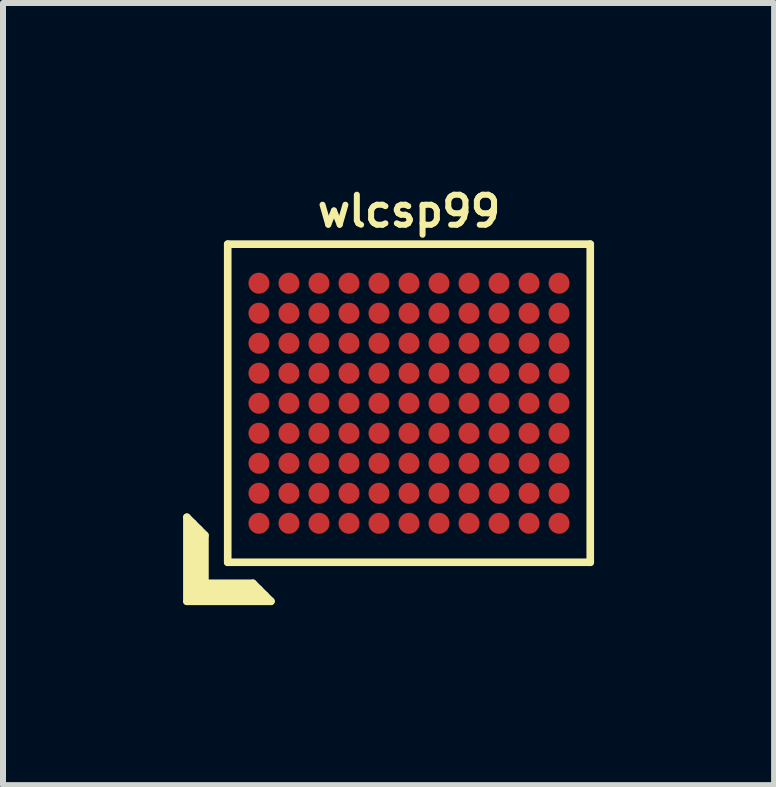
<source format=kicad_pcb>
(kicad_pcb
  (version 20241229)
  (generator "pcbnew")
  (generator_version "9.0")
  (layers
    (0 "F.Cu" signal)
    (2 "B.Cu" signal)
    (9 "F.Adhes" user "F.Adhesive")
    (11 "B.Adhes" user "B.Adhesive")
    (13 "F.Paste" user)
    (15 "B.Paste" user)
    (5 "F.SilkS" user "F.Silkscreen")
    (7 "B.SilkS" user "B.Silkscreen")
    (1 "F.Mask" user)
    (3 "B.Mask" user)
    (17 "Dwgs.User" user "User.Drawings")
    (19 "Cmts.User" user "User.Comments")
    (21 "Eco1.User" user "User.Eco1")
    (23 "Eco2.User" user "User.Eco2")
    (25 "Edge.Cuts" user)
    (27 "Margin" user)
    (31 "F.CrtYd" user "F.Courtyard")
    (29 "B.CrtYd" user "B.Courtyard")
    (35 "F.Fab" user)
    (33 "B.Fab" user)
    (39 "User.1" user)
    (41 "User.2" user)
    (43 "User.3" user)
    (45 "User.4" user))
  (footprint "wlcsp99"
    (layer "F.Cu")
    (at 3.764 3.668)
    (property "Reference" "wlcsp99" (at 0 -3.2 0) (layer "F.SilkS") (effects (font (size 0.5 0.5) (thickness 0.1))))
    (attr smd)
    (fp_line (start -3.7 1.9) (end -3.4 2.2) (stroke (width 0.127) (type solid)) (layer "F.SilkS"))
    (fp_line (start -3.7 3.3) (end -3.7 1.9) (stroke (width 0.127) (type solid)) (layer "F.SilkS"))
    (fp_line (start -3.6 3.2) (end -3.6 2) (stroke (width 0.127) (type solid)) (layer "F.SilkS"))
    (fp_line (start -3.5 2.1) (end -3.5 3.1) (stroke (width 0.127) (type solid)) (layer "F.SilkS"))
    (fp_line (start -3.5 3.1) (end -2.5 3.1) (stroke (width 0.127) (type solid)) (layer "F.SilkS"))
    (fp_line (start -3.4 2.2) (end -3.4 3) (stroke (width 0.127) (type solid)) (layer "F.SilkS"))
    (fp_line (start -3.4 3) (end -2.6 3) (stroke (width 0.127) (type solid)) (layer "F.SilkS"))
    (fp_line (start -3.02 -2.65) (end 3.02 -2.65) (stroke (width 0.127) (type solid)) (layer "F.SilkS"))
    (fp_line (start -3.02 2.65) (end -3.02 -2.65) (stroke (width 0.127) (type solid)) (layer "F.SilkS"))
    (fp_line (start -2.6 3) (end -2.3 3.3) (stroke (width 0.127) (type solid)) (layer "F.SilkS"))
    (fp_line (start -2.4 3.2) (end -3.6 3.2) (stroke (width 0.127) (type solid)) (layer "F.SilkS"))
    (fp_line (start -2.3 3.3) (end -3.7 3.3) (stroke (width 0.127) (type solid)) (layer "F.SilkS"))
    (fp_line (start 3.02 -2.65) (end 3.02 2.65) (stroke (width 0.127) (type solid)) (layer "F.SilkS"))
    (fp_line (start 3.02 2.65) (end -3.02 2.65) (stroke (width 0.127) (type solid)) (layer "F.SilkS"))
    (pad "A1" smd circle (at -2.5 2) (size 0.35 0.35) (layers "F.Cu" "F.Mask" "F.Paste"))
    (pad "A2" smd circle (at -2.5 1.5) (size 0.35 0.35) (layers "F.Cu" "F.Mask" "F.Paste"))
    (pad "A3" smd circle (at -2.5 1) (size 0.35 0.35) (layers "F.Cu" "F.Mask" "F.Paste"))
    (pad "A4" smd circle (at -2.5 0.5) (size 0.35 0.35) (layers "F.Cu" "F.Mask" "F.Paste"))
    (pad "A5" smd circle (at -2.5 0) (size 0.35 0.35) (layers "F.Cu" "F.Mask" "F.Paste"))
    (pad "A6" smd circle (at -2.5 -0.5) (size 0.35 0.35) (layers "F.Cu" "F.Mask" "F.Paste"))
    (pad "A7" smd circle (at -2.5 -1) (size 0.35 0.35) (layers "F.Cu" "F.Mask" "F.Paste"))
    (pad "A8" smd circle (at -2.5 -1.5) (size 0.35 0.35) (layers "F.Cu" "F.Mask" "F.Paste"))
    (pad "A9" smd circle (at -2.5 -2) (size 0.35 0.35) (layers "F.Cu" "F.Mask" "F.Paste"))
    (pad "B1" smd circle (at -2 2) (size 0.35 0.35) (layers "F.Cu" "F.Mask" "F.Paste"))
    (pad "B2" smd circle (at -2 1.5) (size 0.35 0.35) (layers "F.Cu" "F.Mask" "F.Paste"))
    (pad "B3" smd circle (at -2 1) (size 0.35 0.35) (layers "F.Cu" "F.Mask" "F.Paste"))
    (pad "B4" smd circle (at -2 0.5) (size 0.35 0.35) (layers "F.Cu" "F.Mask" "F.Paste"))
    (pad "B5" smd circle (at -2 0) (size 0.35 0.35) (layers "F.Cu" "F.Mask" "F.Paste"))
    (pad "B6" smd circle (at -2 -0.5) (size 0.35 0.35) (layers "F.Cu" "F.Mask" "F.Paste"))
    (pad "B7" smd circle (at -2 -1) (size 0.35 0.35) (layers "F.Cu" "F.Mask" "F.Paste"))
    (pad "B8" smd circle (at -2 -1.5) (size 0.35 0.35) (layers "F.Cu" "F.Mask" "F.Paste"))
    (pad "B9" smd circle (at -2 -2) (size 0.35 0.35) (layers "F.Cu" "F.Mask" "F.Paste"))
    (pad "C1" smd circle (at -1.5 2) (size 0.35 0.35) (layers "F.Cu" "F.Mask" "F.Paste"))
    (pad "C2" smd circle (at -1.5 1.5) (size 0.35 0.35) (layers "F.Cu" "F.Mask" "F.Paste"))
    (pad "C3" smd circle (at -1.5 1) (size 0.35 0.35) (layers "F.Cu" "F.Mask" "F.Paste"))
    (pad "C4" smd circle (at -1.5 0.5) (size 0.35 0.35) (layers "F.Cu" "F.Mask" "F.Paste"))
    (pad "C5" smd circle (at -1.5 0) (size 0.35 0.35) (layers "F.Cu" "F.Mask" "F.Paste"))
    (pad "C6" smd circle (at -1.5 -0.5) (size 0.35 0.35) (layers "F.Cu" "F.Mask" "F.Paste"))
    (pad "C7" smd circle (at -1.5 -1) (size 0.35 0.35) (layers "F.Cu" "F.Mask" "F.Paste"))
    (pad "C8" smd circle (at -1.5 -1.5) (size 0.35 0.35) (layers "F.Cu" "F.Mask" "F.Paste"))
    (pad "C9" smd circle (at -1.5 -2) (size 0.35 0.35) (layers "F.Cu" "F.Mask" "F.Paste"))
    (pad "D1" smd circle (at -1 2) (size 0.35 0.35) (layers "F.Cu" "F.Mask" "F.Paste"))
    (pad "D2" smd circle (at -1 1.5) (size 0.35 0.35) (layers "F.Cu" "F.Mask" "F.Paste"))
    (pad "D3" smd circle (at -1 1) (size 0.35 0.35) (layers "F.Cu" "F.Mask" "F.Paste"))
    (pad "D4" smd circle (at -1 0.5) (size 0.35 0.35) (layers "F.Cu" "F.Mask" "F.Paste"))
    (pad "D5" smd circle (at -1 0) (size 0.35 0.35) (layers "F.Cu" "F.Mask" "F.Paste"))
    (pad "D6" smd circle (at -1 -0.5) (size 0.35 0.35) (layers "F.Cu" "F.Mask" "F.Paste"))
    (pad "D7" smd circle (at -1 -1) (size 0.35 0.35) (layers "F.Cu" "F.Mask" "F.Paste"))
    (pad "D8" smd circle (at -1 -1.5) (size 0.35 0.35) (layers "F.Cu" "F.Mask" "F.Paste"))
    (pad "D9" smd circle (at -1 -2) (size 0.35 0.35) (layers "F.Cu" "F.Mask" "F.Paste"))
    (pad "E1" smd circle (at -0.5 2) (size 0.35 0.35) (layers "F.Cu" "F.Mask" "F.Paste"))
    (pad "E2" smd circle (at -0.5 1.5) (size 0.35 0.35) (layers "F.Cu" "F.Mask" "F.Paste"))
    (pad "E3" smd circle (at -0.5 1) (size 0.35 0.35) (layers "F.Cu" "F.Mask" "F.Paste"))
    (pad "E4" smd circle (at -0.5 0.5) (size 0.35 0.35) (layers "F.Cu" "F.Mask" "F.Paste"))
    (pad "E5" smd circle (at -0.5 0) (size 0.35 0.35) (layers "F.Cu" "F.Mask" "F.Paste"))
    (pad "E6" smd circle (at -0.5 -0.5) (size 0.35 0.35) (layers "F.Cu" "F.Mask" "F.Paste"))
    (pad "E7" smd circle (at -0.5 -1) (size 0.35 0.35) (layers "F.Cu" "F.Mask" "F.Paste"))
    (pad "E8" smd circle (at -0.5 -1.5) (size 0.35 0.35) (layers "F.Cu" "F.Mask" "F.Paste"))
    (pad "E9" smd circle (at -0.5 -2) (size 0.35 0.35) (layers "F.Cu" "F.Mask" "F.Paste"))
    (pad "F1" smd circle (at 0 2) (size 0.35 0.35) (layers "F.Cu" "F.Mask" "F.Paste"))
    (pad "F2" smd circle (at 0 1.5) (size 0.35 0.35) (layers "F.Cu" "F.Mask" "F.Paste"))
    (pad "F3" smd circle (at 0 1) (size 0.35 0.35) (layers "F.Cu" "F.Mask" "F.Paste"))
    (pad "F4" smd circle (at 0 0.5) (size 0.35 0.35) (layers "F.Cu" "F.Mask" "F.Paste"))
    (pad "F5" smd circle (at 0 0) (size 0.35 0.35) (layers "F.Cu" "F.Mask" "F.Paste"))
    (pad "F6" smd circle (at 0 -0.5) (size 0.35 0.35) (layers "F.Cu" "F.Mask" "F.Paste"))
    (pad "F7" smd circle (at 0 -1) (size 0.35 0.35) (layers "F.Cu" "F.Mask" "F.Paste"))
    (pad "F8" smd circle (at 0 -1.5) (size 0.35 0.35) (layers "F.Cu" "F.Mask" "F.Paste"))
    (pad "F9" smd circle (at 0 -2) (size 0.35 0.35) (layers "F.Cu" "F.Mask" "F.Paste"))
    (pad "G1" smd circle (at 0.5 2) (size 0.35 0.35) (layers "F.Cu" "F.Mask" "F.Paste"))
    (pad "G2" smd circle (at 0.5 1.5) (size 0.35 0.35) (layers "F.Cu" "F.Mask" "F.Paste"))
    (pad "G3" smd circle (at 0.5 1) (size 0.35 0.35) (layers "F.Cu" "F.Mask" "F.Paste"))
    (pad "G4" smd circle (at 0.5 0.5) (size 0.35 0.35) (layers "F.Cu" "F.Mask" "F.Paste"))
    (pad "G5" smd circle (at 0.5 0) (size 0.35 0.35) (layers "F.Cu" "F.Mask" "F.Paste"))
    (pad "G6" smd circle (at 0.5 -0.5) (size 0.35 0.35) (layers "F.Cu" "F.Mask" "F.Paste"))
    (pad "G7" smd circle (at 0.5 -1) (size 0.35 0.35) (layers "F.Cu" "F.Mask" "F.Paste"))
    (pad "G8" smd circle (at 0.5 -1.5) (size 0.35 0.35) (layers "F.Cu" "F.Mask" "F.Paste"))
    (pad "G9" smd circle (at 0.5 -2) (size 0.35 0.35) (layers "F.Cu" "F.Mask" "F.Paste"))
    (pad "H1" smd circle (at 1 2) (size 0.35 0.35) (layers "F.Cu" "F.Mask" "F.Paste"))
    (pad "H2" smd circle (at 1 1.5) (size 0.35 0.35) (layers "F.Cu" "F.Mask" "F.Paste"))
    (pad "H3" smd circle (at 1 1) (size 0.35 0.35) (layers "F.Cu" "F.Mask" "F.Paste"))
    (pad "H4" smd circle (at 1 0.5) (size 0.35 0.35) (layers "F.Cu" "F.Mask" "F.Paste"))
    (pad "H5" smd circle (at 1 0) (size 0.35 0.35) (layers "F.Cu" "F.Mask" "F.Paste"))
    (pad "H6" smd circle (at 1 -0.5) (size 0.35 0.35) (layers "F.Cu" "F.Mask" "F.Paste"))
    (pad "H7" smd circle (at 1 -1) (size 0.35 0.35) (layers "F.Cu" "F.Mask" "F.Paste"))
    (pad "H8" smd circle (at 1 -1.5) (size 0.35 0.35) (layers "F.Cu" "F.Mask" "F.Paste"))
    (pad "H9" smd circle (at 1 -2) (size 0.35 0.35) (layers "F.Cu" "F.Mask" "F.Paste"))
    (pad "J1" smd circle (at 1.5 2) (size 0.35 0.35) (layers "F.Cu" "F.Mask" "F.Paste"))
    (pad "J2" smd circle (at 1.5 1.5) (size 0.35 0.35) (layers "F.Cu" "F.Mask" "F.Paste"))
    (pad "J3" smd circle (at 1.5 1) (size 0.35 0.35) (layers "F.Cu" "F.Mask" "F.Paste"))
    (pad "J4" smd circle (at 1.5 0.5) (size 0.35 0.35) (layers "F.Cu" "F.Mask" "F.Paste"))
    (pad "J5" smd circle (at 1.5 0) (size 0.35 0.35) (layers "F.Cu" "F.Mask" "F.Paste"))
    (pad "J6" smd circle (at 1.5 -0.5) (size 0.35 0.35) (layers "F.Cu" "F.Mask" "F.Paste"))
    (pad "J7" smd circle (at 1.5 -1) (size 0.35 0.35) (layers "F.Cu" "F.Mask" "F.Paste"))
    (pad "J8" smd circle (at 1.5 -1.5) (size 0.35 0.35) (layers "F.Cu" "F.Mask" "F.Paste"))
    (pad "J9" smd circle (at 1.5 -2) (size 0.35 0.35) (layers "F.Cu" "F.Mask" "F.Paste"))
    (pad "K1" smd circle (at 2 2) (size 0.35 0.35) (layers "F.Cu" "F.Mask" "F.Paste"))
    (pad "K2" smd circle (at 2 1.5) (size 0.35 0.35) (layers "F.Cu" "F.Mask" "F.Paste"))
    (pad "K3" smd circle (at 2 1) (size 0.35 0.35) (layers "F.Cu" "F.Mask" "F.Paste"))
    (pad "K4" smd circle (at 2 0.5) (size 0.35 0.35) (layers "F.Cu" "F.Mask" "F.Paste"))
    (pad "K5" smd circle (at 2 0) (size 0.35 0.35) (layers "F.Cu" "F.Mask" "F.Paste"))
    (pad "K6" smd circle (at 2 -0.5) (size 0.35 0.35) (layers "F.Cu" "F.Mask" "F.Paste"))
    (pad "K7" smd circle (at 2 -1) (size 0.35 0.35) (layers "F.Cu" "F.Mask" "F.Paste"))
    (pad "K8" smd circle (at 2 -1.5) (size 0.35 0.35) (layers "F.Cu" "F.Mask" "F.Paste"))
    (pad "K9" smd circle (at 2 -2) (size 0.35 0.35) (layers "F.Cu" "F.Mask" "F.Paste"))
    (pad "L1" smd circle (at 2.5 2) (size 0.35 0.35) (layers "F.Cu" "F.Mask" "F.Paste"))
    (pad "L2" smd circle (at 2.5 1.5) (size 0.35 0.35) (layers "F.Cu" "F.Mask" "F.Paste"))
    (pad "L3" smd circle (at 2.5 1) (size 0.35 0.35) (layers "F.Cu" "F.Mask" "F.Paste"))
    (pad "L4" smd circle (at 2.5 0.5) (size 0.35 0.35) (layers "F.Cu" "F.Mask" "F.Paste"))
    (pad "L5" smd circle (at 2.5 0) (size 0.35 0.35) (layers "F.Cu" "F.Mask" "F.Paste"))
    (pad "L6" smd circle (at 2.5 -0.5) (size 0.35 0.35) (layers "F.Cu" "F.Mask" "F.Paste"))
    (pad "L7" smd circle (at 2.5 -1) (size 0.35 0.35) (layers "F.Cu" "F.Mask" "F.Paste"))
    (pad "L8" smd circle (at 2.5 -1.5) (size 0.35 0.35) (layers "F.Cu" "F.Mask" "F.Paste"))
    (pad "L9" smd circle (at 2.5 -2) (size 0.35 0.35) (layers "F.Cu" "F.Mask" "F.Paste")))
  (gr_rect
    (start -3 -3)
    (end 9.847 10.031)
    (stroke (width 0.1) (type default))
    (fill no)
    (layer "Edge.Cuts")))
</source>
